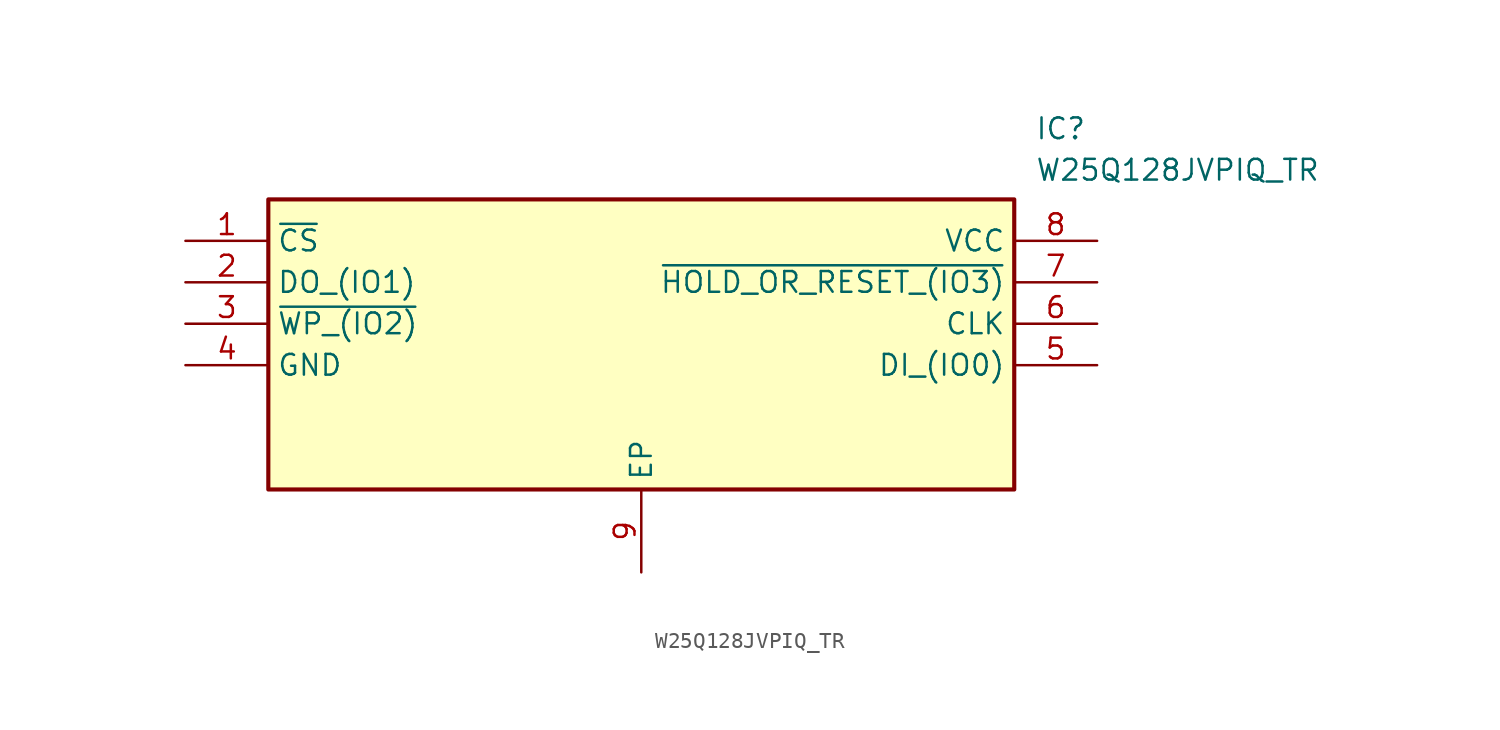
<source format=kicad_sym>
(kicad_symbol_lib
  (version 20211014)
  (generator SamacSys_ECAD_Model)
  (symbol "W25Q128JVPIQ_TR"
    (property "Reference" "IC"
      (at 52.07 7.62 0)
      (effects (font (size 1.27 1.27)) (justify left top)))
    (property "Value" "W25Q128JVPIQ_TR"
      (at 52.07 5.08 0)
      (effects (font (size 1.27 1.27)) (justify left top)))
    (rectangle
      (start 5.08 2.54)
      (end 50.8 -15.24)
      (stroke (width 0.254) (type default))
      (fill (type background)))
    (pin passive line
      (at 0 0 0)
      (length 5.08)
      (name "~{CS}" (effects (font (size 1.27 1.27))))
      (number "1" (effects (font (size 1.27 1.27)))))
    (pin passive line
      (at 0 -2.54 0)
      (length 5.08)
      (name "DO_(IO1)" (effects (font (size 1.27 1.27))))
      (number "2" (effects (font (size 1.27 1.27)))))
    (pin passive line
      (at 0 -5.08 0)
      (length 5.08)
      (name "~{WP_(IO2)}" (effects (font (size 1.27 1.27))))
      (number "3" (effects (font (size 1.27 1.27)))))
    (pin passive line
      (at 0 -7.62 0)
      (length 5.08)
      (name "GND" (effects (font (size 1.27 1.27))))
      (number "4" (effects (font (size 1.27 1.27)))))
    (pin passive line
      (at 27.94 -20.32 90)
      (length 5.08)
      (name "EP" (effects (font (size 1.27 1.27))))
      (number "9" (effects (font (size 1.27 1.27)))))
    (pin passive line
      (at 55.88 0 180)
      (length 5.08)
      (name "VCC" (effects (font (size 1.27 1.27))))
      (number "8" (effects (font (size 1.27 1.27)))))
    (pin passive line
      (at 55.88 -2.54 180)
      (length 5.08)
      (name "~{HOLD_OR_RESET_(IO3)}" (effects (font (size 1.27 1.27))))
      (number "7" (effects (font (size 1.27 1.27)))))
    (pin passive line
      (at 55.88 -5.08 180)
      (length 5.08)
      (name "CLK" (effects (font (size 1.27 1.27))))
      (number "6" (effects (font (size 1.27 1.27)))))
    (pin passive line
      (at 55.88 -7.62 180)
      (length 5.08)
      (name "DI_(IO0)" (effects (font (size 1.27 1.27))))
      (number "5" (effects (font (size 1.27 1.27)))))))
</source>
